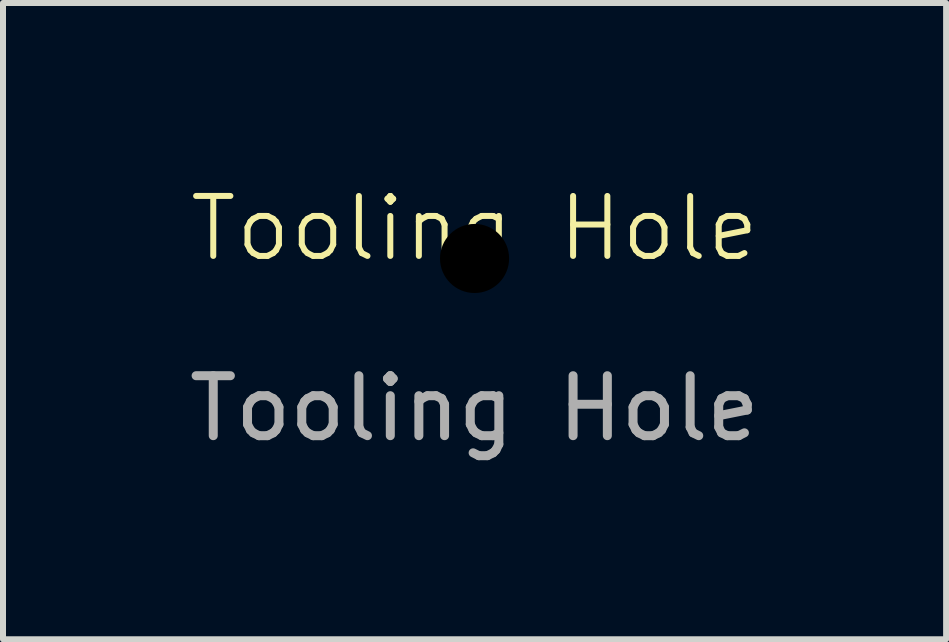
<source format=kicad_pcb>
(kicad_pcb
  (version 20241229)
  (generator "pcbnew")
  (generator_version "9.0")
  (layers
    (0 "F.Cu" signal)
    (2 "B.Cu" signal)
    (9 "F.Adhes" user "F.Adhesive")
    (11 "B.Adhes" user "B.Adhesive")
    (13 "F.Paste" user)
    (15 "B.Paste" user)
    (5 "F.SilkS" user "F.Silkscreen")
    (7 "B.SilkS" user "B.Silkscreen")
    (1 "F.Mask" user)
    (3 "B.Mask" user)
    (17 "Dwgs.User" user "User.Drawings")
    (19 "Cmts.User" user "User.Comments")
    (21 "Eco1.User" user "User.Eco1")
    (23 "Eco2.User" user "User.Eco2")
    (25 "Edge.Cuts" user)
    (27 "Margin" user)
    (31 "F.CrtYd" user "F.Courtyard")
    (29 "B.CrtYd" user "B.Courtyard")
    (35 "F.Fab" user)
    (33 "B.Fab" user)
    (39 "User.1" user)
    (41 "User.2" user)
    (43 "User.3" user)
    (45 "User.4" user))
  (footprint "Tooling Hole"
    (layer "F.Cu")
    (at 4.863 1.26)
    (property "Reference" "Tooling Hole" (at 0 -0.5 0) (unlocked yes) (layer "F.SilkS") (effects (font (size 1 1) (thickness 0.1))))
    (attr smd)
    (fp_text user "${REFERENCE}" (at 0 2.5 0) (unlocked yes) (layer "F.Fab") (effects (font (size 1 1) (thickness 0.15))))
    (pad "" np_thru_hole circle (at 0 0) (size 1.152 1.152) (drill 1.152) (layers "*.Mask")))
  (gr_rect
    (start -3 -3)
    (end 12.726 7.609)
    (stroke (width 0.1) (type default))
    (fill no)
    (layer "Edge.Cuts")))
</source>
